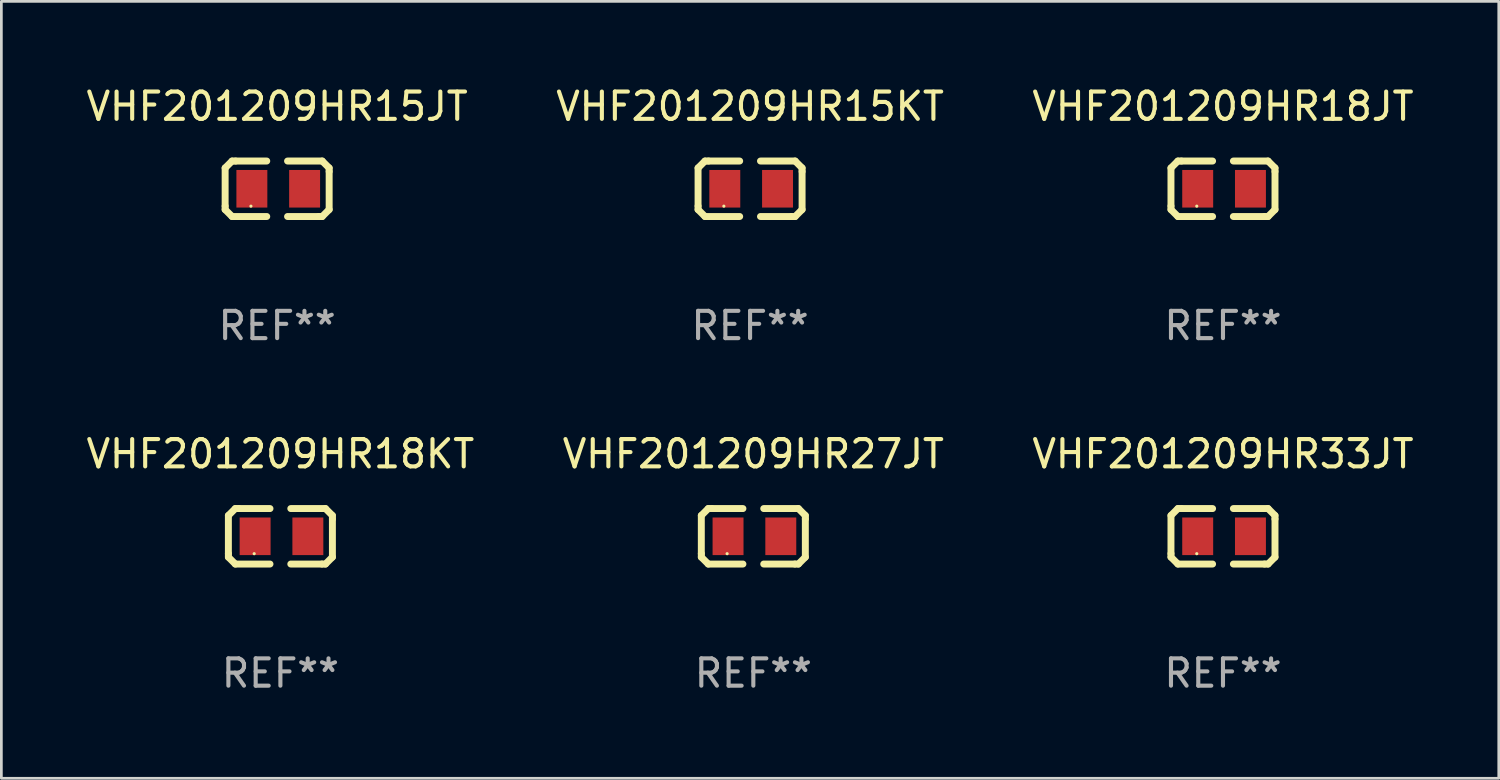
<source format=kicad_pcb>
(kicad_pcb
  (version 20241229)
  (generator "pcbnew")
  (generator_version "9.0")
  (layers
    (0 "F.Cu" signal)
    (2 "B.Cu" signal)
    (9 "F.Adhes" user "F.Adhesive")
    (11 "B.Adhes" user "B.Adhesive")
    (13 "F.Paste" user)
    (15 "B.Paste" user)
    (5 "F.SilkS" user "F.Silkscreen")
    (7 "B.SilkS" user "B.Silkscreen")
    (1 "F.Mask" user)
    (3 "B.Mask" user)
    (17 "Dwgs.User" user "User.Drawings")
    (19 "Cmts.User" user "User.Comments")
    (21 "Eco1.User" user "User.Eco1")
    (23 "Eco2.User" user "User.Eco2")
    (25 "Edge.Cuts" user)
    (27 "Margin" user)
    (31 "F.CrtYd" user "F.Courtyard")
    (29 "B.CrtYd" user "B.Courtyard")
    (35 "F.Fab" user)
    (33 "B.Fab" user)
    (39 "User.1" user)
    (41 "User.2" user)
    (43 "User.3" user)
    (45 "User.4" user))
  (footprint "VHF201209HR18JT"
    (layer "F.Cu")
    (at 41.744 3.864)
    (property "Reference" "VHF201209HR18JT" (at 0 -3.016 0) (layer "F.SilkS") (effects (font (size 1 1) (thickness 0.15))))
    (attr through_hole)
    (fp_line (start -1.905 -0.762) (end -1.905 0.635) (stroke (width 0.254) (type solid)) (layer "F.SilkS"))
    (fp_line (start -1.905 0.635) (end -1.905 0.762) (stroke (width 0.254) (type solid)) (layer "F.SilkS"))
    (fp_line (start -1.905 0.762) (end -1.651 1.016) (stroke (width 0.254) (type solid)) (layer "F.SilkS"))
    (fp_line (start -1.651 -1.016) (end -1.905 -0.762) (stroke (width 0.254) (type solid)) (layer "F.SilkS"))
    (fp_line (start -1.651 1.016) (end -0.381 1.016) (stroke (width 0.254) (type solid)) (layer "F.SilkS"))
    (fp_line (start -1.524 -1.016) (end -1.651 -1.016) (stroke (width 0.254) (type solid)) (layer "F.SilkS"))
    (fp_line (start -0.381 -1.016) (end -1.524 -1.016) (stroke (width 0.254) (type solid)) (layer "F.SilkS"))
    (fp_line (start 0.381 1.016) (end 1.524 1.016) (stroke (width 0.254) (type solid)) (layer "F.SilkS"))
    (fp_line (start 1.524 1.016) (end 1.651 1.016) (stroke (width 0.254) (type solid)) (layer "F.SilkS"))
    (fp_line (start 1.651 -1.016) (end 0.381 -1.016) (stroke (width 0.254) (type solid)) (layer "F.SilkS"))
    (fp_line (start 1.651 1.016) (end 1.905 0.762) (stroke (width 0.254) (type solid)) (layer "F.SilkS"))
    (fp_line (start 1.905 -0.762) (end 1.651 -1.016) (stroke (width 0.254) (type solid)) (layer "F.SilkS"))
    (fp_line (start 1.905 -0.635) (end 1.905 -0.762) (stroke (width 0.254) (type solid)) (layer "F.SilkS"))
    (fp_line (start 1.905 0.762) (end 1.905 -0.635) (stroke (width 0.254) (type solid)) (layer "F.SilkS"))
    (fp_circle (center -0.96 0.637) (end -0.93 0.637) (stroke (width 0.06) (type solid)) (fill no) (layer "F.SilkS"))
    (fp_text user "REF**" (at 0 5.016 0) (layer "F.Fab") (effects (font (size 1 1) (thickness 0.15))))
    (pad "1" smd rect (at -0.926 -0.000051) (size 1.133 1.377) (layers "F.Cu" "F.Mask" "F.Paste"))
    (pad "2" smd rect (at 1.006 -0.000051) (size 1.133 1.377) (layers "F.Cu" "F.Mask" "F.Paste")))
  (footprint "VHF201209HR33JT"
    (layer "F.Cu")
    (at 41.744 16.593)
    (property "Reference" "VHF201209HR33JT" (at 0 -3.016 0) (layer "F.SilkS") (effects (font (size 1 1) (thickness 0.15))))
    (attr through_hole)
    (fp_line (start -1.905 -0.762) (end -1.905 0.635) (stroke (width 0.254) (type solid)) (layer "F.SilkS"))
    (fp_line (start -1.905 0.635) (end -1.905 0.762) (stroke (width 0.254) (type solid)) (layer "F.SilkS"))
    (fp_line (start -1.905 0.762) (end -1.651 1.016) (stroke (width 0.254) (type solid)) (layer "F.SilkS"))
    (fp_line (start -1.651 -1.016) (end -1.905 -0.762) (stroke (width 0.254) (type solid)) (layer "F.SilkS"))
    (fp_line (start -1.651 1.016) (end -0.381 1.016) (stroke (width 0.254) (type solid)) (layer "F.SilkS"))
    (fp_line (start -1.524 -1.016) (end -1.651 -1.016) (stroke (width 0.254) (type solid)) (layer "F.SilkS"))
    (fp_line (start -0.381 -1.016) (end -1.524 -1.016) (stroke (width 0.254) (type solid)) (layer "F.SilkS"))
    (fp_line (start 0.381 1.016) (end 1.524 1.016) (stroke (width 0.254) (type solid)) (layer "F.SilkS"))
    (fp_line (start 1.524 1.016) (end 1.651 1.016) (stroke (width 0.254) (type solid)) (layer "F.SilkS"))
    (fp_line (start 1.651 -1.016) (end 0.381 -1.016) (stroke (width 0.254) (type solid)) (layer "F.SilkS"))
    (fp_line (start 1.651 1.016) (end 1.905 0.762) (stroke (width 0.254) (type solid)) (layer "F.SilkS"))
    (fp_line (start 1.905 -0.762) (end 1.651 -1.016) (stroke (width 0.254) (type solid)) (layer "F.SilkS"))
    (fp_line (start 1.905 -0.635) (end 1.905 -0.762) (stroke (width 0.254) (type solid)) (layer "F.SilkS"))
    (fp_line (start 1.905 0.762) (end 1.905 -0.635) (stroke (width 0.254) (type solid)) (layer "F.SilkS"))
    (fp_circle (center -0.96 0.637) (end -0.93 0.637) (stroke (width 0.06) (type solid)) (fill no) (layer "F.SilkS"))
    (fp_text user "REF**" (at 0 5.016 0) (layer "F.Fab") (effects (font (size 1 1) (thickness 0.15))))
    (pad "1" smd rect (at -0.926 -0.000051) (size 1.133 1.377) (layers "F.Cu" "F.Mask" "F.Paste"))
    (pad "2" smd rect (at 1.006 -0.000051) (size 1.133 1.377) (layers "F.Cu" "F.Mask" "F.Paste")))
  (footprint "VHF201209HR18KT"
    (layer "F.Cu")
    (at 7.22 16.593)
    (property "Reference" "VHF201209HR18KT" (at 0 -3.016 0) (layer "F.SilkS") (effects (font (size 1 1) (thickness 0.15))))
    (attr through_hole)
    (fp_line (start -1.905 -0.762) (end -1.905 0.635) (stroke (width 0.254) (type solid)) (layer "F.SilkS"))
    (fp_line (start -1.905 0.635) (end -1.905 0.762) (stroke (width 0.254) (type solid)) (layer "F.SilkS"))
    (fp_line (start -1.905 0.762) (end -1.651 1.016) (stroke (width 0.254) (type solid)) (layer "F.SilkS"))
    (fp_line (start -1.651 -1.016) (end -1.905 -0.762) (stroke (width 0.254) (type solid)) (layer "F.SilkS"))
    (fp_line (start -1.651 1.016) (end -0.381 1.016) (stroke (width 0.254) (type solid)) (layer "F.SilkS"))
    (fp_line (start -1.524 -1.016) (end -1.651 -1.016) (stroke (width 0.254) (type solid)) (layer "F.SilkS"))
    (fp_line (start -0.381 -1.016) (end -1.524 -1.016) (stroke (width 0.254) (type solid)) (layer "F.SilkS"))
    (fp_line (start 0.381 1.016) (end 1.524 1.016) (stroke (width 0.254) (type solid)) (layer "F.SilkS"))
    (fp_line (start 1.524 1.016) (end 1.651 1.016) (stroke (width 0.254) (type solid)) (layer "F.SilkS"))
    (fp_line (start 1.651 -1.016) (end 0.381 -1.016) (stroke (width 0.254) (type solid)) (layer "F.SilkS"))
    (fp_line (start 1.651 1.016) (end 1.905 0.762) (stroke (width 0.254) (type solid)) (layer "F.SilkS"))
    (fp_line (start 1.905 -0.762) (end 1.651 -1.016) (stroke (width 0.254) (type solid)) (layer "F.SilkS"))
    (fp_line (start 1.905 -0.635) (end 1.905 -0.762) (stroke (width 0.254) (type solid)) (layer "F.SilkS"))
    (fp_line (start 1.905 0.762) (end 1.905 -0.635) (stroke (width 0.254) (type solid)) (layer "F.SilkS"))
    (fp_circle (center -0.96 0.637) (end -0.93 0.637) (stroke (width 0.06) (type solid)) (fill no) (layer "F.SilkS"))
    (fp_text user "REF**" (at 0 5.016 0) (layer "F.Fab") (effects (font (size 1 1) (thickness 0.15))))
    (pad "1" smd rect (at -0.926 -0.000051) (size 1.133 1.377) (layers "F.Cu" "F.Mask" "F.Paste"))
    (pad "2" smd rect (at 1.006 -0.000051) (size 1.133 1.377) (layers "F.Cu" "F.Mask" "F.Paste")))
  (footprint "VHF201209HR15KT"
    (layer "F.Cu")
    (at 24.423 3.864)
    (property "Reference" "VHF201209HR15KT" (at 0 -3.016 0) (layer "F.SilkS") (effects (font (size 1 1) (thickness 0.15))))
    (attr through_hole)
    (fp_line (start -1.905 -0.762) (end -1.905 0.635) (stroke (width 0.254) (type solid)) (layer "F.SilkS"))
    (fp_line (start -1.905 0.635) (end -1.905 0.762) (stroke (width 0.254) (type solid)) (layer "F.SilkS"))
    (fp_line (start -1.905 0.762) (end -1.651 1.016) (stroke (width 0.254) (type solid)) (layer "F.SilkS"))
    (fp_line (start -1.651 -1.016) (end -1.905 -0.762) (stroke (width 0.254) (type solid)) (layer "F.SilkS"))
    (fp_line (start -1.651 1.016) (end -0.381 1.016) (stroke (width 0.254) (type solid)) (layer "F.SilkS"))
    (fp_line (start -1.524 -1.016) (end -1.651 -1.016) (stroke (width 0.254) (type solid)) (layer "F.SilkS"))
    (fp_line (start -0.381 -1.016) (end -1.524 -1.016) (stroke (width 0.254) (type solid)) (layer "F.SilkS"))
    (fp_line (start 0.381 1.016) (end 1.524 1.016) (stroke (width 0.254) (type solid)) (layer "F.SilkS"))
    (fp_line (start 1.524 1.016) (end 1.651 1.016) (stroke (width 0.254) (type solid)) (layer "F.SilkS"))
    (fp_line (start 1.651 -1.016) (end 0.381 -1.016) (stroke (width 0.254) (type solid)) (layer "F.SilkS"))
    (fp_line (start 1.651 1.016) (end 1.905 0.762) (stroke (width 0.254) (type solid)) (layer "F.SilkS"))
    (fp_line (start 1.905 -0.762) (end 1.651 -1.016) (stroke (width 0.254) (type solid)) (layer "F.SilkS"))
    (fp_line (start 1.905 -0.635) (end 1.905 -0.762) (stroke (width 0.254) (type solid)) (layer "F.SilkS"))
    (fp_line (start 1.905 0.762) (end 1.905 -0.635) (stroke (width 0.254) (type solid)) (layer "F.SilkS"))
    (fp_circle (center -0.96 0.637) (end -0.93 0.637) (stroke (width 0.06) (type solid)) (fill no) (layer "F.SilkS"))
    (fp_text user "REF**" (at 0 5.016 0) (layer "F.Fab") (effects (font (size 1 1) (thickness 0.15))))
    (pad "1" smd rect (at -0.926 -0.000051) (size 1.133 1.377) (layers "F.Cu" "F.Mask" "F.Paste"))
    (pad "2" smd rect (at 1.006 -0.000051) (size 1.133 1.377) (layers "F.Cu" "F.Mask" "F.Paste")))
  (footprint "VHF201209HR27JT"
    (layer "F.Cu")
    (at 24.542 16.593)
    (property "Reference" "VHF201209HR27JT" (at 0 -3.016 0) (layer "F.SilkS") (effects (font (size 1 1) (thickness 0.15))))
    (attr through_hole)
    (fp_line (start -1.905 -0.762) (end -1.905 0.635) (stroke (width 0.254) (type solid)) (layer "F.SilkS"))
    (fp_line (start -1.905 0.635) (end -1.905 0.762) (stroke (width 0.254) (type solid)) (layer "F.SilkS"))
    (fp_line (start -1.905 0.762) (end -1.651 1.016) (stroke (width 0.254) (type solid)) (layer "F.SilkS"))
    (fp_line (start -1.651 -1.016) (end -1.905 -0.762) (stroke (width 0.254) (type solid)) (layer "F.SilkS"))
    (fp_line (start -1.651 1.016) (end -0.381 1.016) (stroke (width 0.254) (type solid)) (layer "F.SilkS"))
    (fp_line (start -1.524 -1.016) (end -1.651 -1.016) (stroke (width 0.254) (type solid)) (layer "F.SilkS"))
    (fp_line (start -0.381 -1.016) (end -1.524 -1.016) (stroke (width 0.254) (type solid)) (layer "F.SilkS"))
    (fp_line (start 0.381 1.016) (end 1.524 1.016) (stroke (width 0.254) (type solid)) (layer "F.SilkS"))
    (fp_line (start 1.524 1.016) (end 1.651 1.016) (stroke (width 0.254) (type solid)) (layer "F.SilkS"))
    (fp_line (start 1.651 -1.016) (end 0.381 -1.016) (stroke (width 0.254) (type solid)) (layer "F.SilkS"))
    (fp_line (start 1.651 1.016) (end 1.905 0.762) (stroke (width 0.254) (type solid)) (layer "F.SilkS"))
    (fp_line (start 1.905 -0.762) (end 1.651 -1.016) (stroke (width 0.254) (type solid)) (layer "F.SilkS"))
    (fp_line (start 1.905 -0.635) (end 1.905 -0.762) (stroke (width 0.254) (type solid)) (layer "F.SilkS"))
    (fp_line (start 1.905 0.762) (end 1.905 -0.635) (stroke (width 0.254) (type solid)) (layer "F.SilkS"))
    (fp_circle (center -0.96 0.637) (end -0.93 0.637) (stroke (width 0.06) (type solid)) (fill no) (layer "F.SilkS"))
    (fp_text user "REF**" (at 0 5.016 0) (layer "F.Fab") (effects (font (size 1 1) (thickness 0.15))))
    (pad "1" smd rect (at -0.926 -0.000051) (size 1.133 1.377) (layers "F.Cu" "F.Mask" "F.Paste"))
    (pad "2" smd rect (at 1.006 -0.000051) (size 1.133 1.377) (layers "F.Cu" "F.Mask" "F.Paste")))
  (footprint "VHF201209HR15JT"
    (layer "F.Cu")
    (at 7.101 3.864)
    (property "Reference" "VHF201209HR15JT" (at 0 -3.016 0) (layer "F.SilkS") (effects (font (size 1 1) (thickness 0.15))))
    (attr through_hole)
    (fp_line (start -1.905 -0.762) (end -1.905 0.635) (stroke (width 0.254) (type solid)) (layer "F.SilkS"))
    (fp_line (start -1.905 0.635) (end -1.905 0.762) (stroke (width 0.254) (type solid)) (layer "F.SilkS"))
    (fp_line (start -1.905 0.762) (end -1.651 1.016) (stroke (width 0.254) (type solid)) (layer "F.SilkS"))
    (fp_line (start -1.651 -1.016) (end -1.905 -0.762) (stroke (width 0.254) (type solid)) (layer "F.SilkS"))
    (fp_line (start -1.651 1.016) (end -0.381 1.016) (stroke (width 0.254) (type solid)) (layer "F.SilkS"))
    (fp_line (start -1.524 -1.016) (end -1.651 -1.016) (stroke (width 0.254) (type solid)) (layer "F.SilkS"))
    (fp_line (start -0.381 -1.016) (end -1.524 -1.016) (stroke (width 0.254) (type solid)) (layer "F.SilkS"))
    (fp_line (start 0.381 1.016) (end 1.524 1.016) (stroke (width 0.254) (type solid)) (layer "F.SilkS"))
    (fp_line (start 1.524 1.016) (end 1.651 1.016) (stroke (width 0.254) (type solid)) (layer "F.SilkS"))
    (fp_line (start 1.651 -1.016) (end 0.381 -1.016) (stroke (width 0.254) (type solid)) (layer "F.SilkS"))
    (fp_line (start 1.651 1.016) (end 1.905 0.762) (stroke (width 0.254) (type solid)) (layer "F.SilkS"))
    (fp_line (start 1.905 -0.762) (end 1.651 -1.016) (stroke (width 0.254) (type solid)) (layer "F.SilkS"))
    (fp_line (start 1.905 -0.635) (end 1.905 -0.762) (stroke (width 0.254) (type solid)) (layer "F.SilkS"))
    (fp_line (start 1.905 0.762) (end 1.905 -0.635) (stroke (width 0.254) (type solid)) (layer "F.SilkS"))
    (fp_circle (center -0.96 0.637) (end -0.93 0.637) (stroke (width 0.06) (type solid)) (fill no) (layer "F.SilkS"))
    (fp_text user "REF**" (at 0 5.016 0) (layer "F.Fab") (effects (font (size 1 1) (thickness 0.15))))
    (pad "1" smd rect (at -0.926 -0.000051) (size 1.133 1.377) (layers "F.Cu" "F.Mask" "F.Paste"))
    (pad "2" smd rect (at 1.006 -0.000051) (size 1.133 1.377) (layers "F.Cu" "F.Mask" "F.Paste")))
  (gr_rect
    (start -3 -3)
    (end 51.845 25.457)
    (stroke (width 0.1) (type default))
    (fill no)
    (layer "Edge.Cuts")))
</source>
